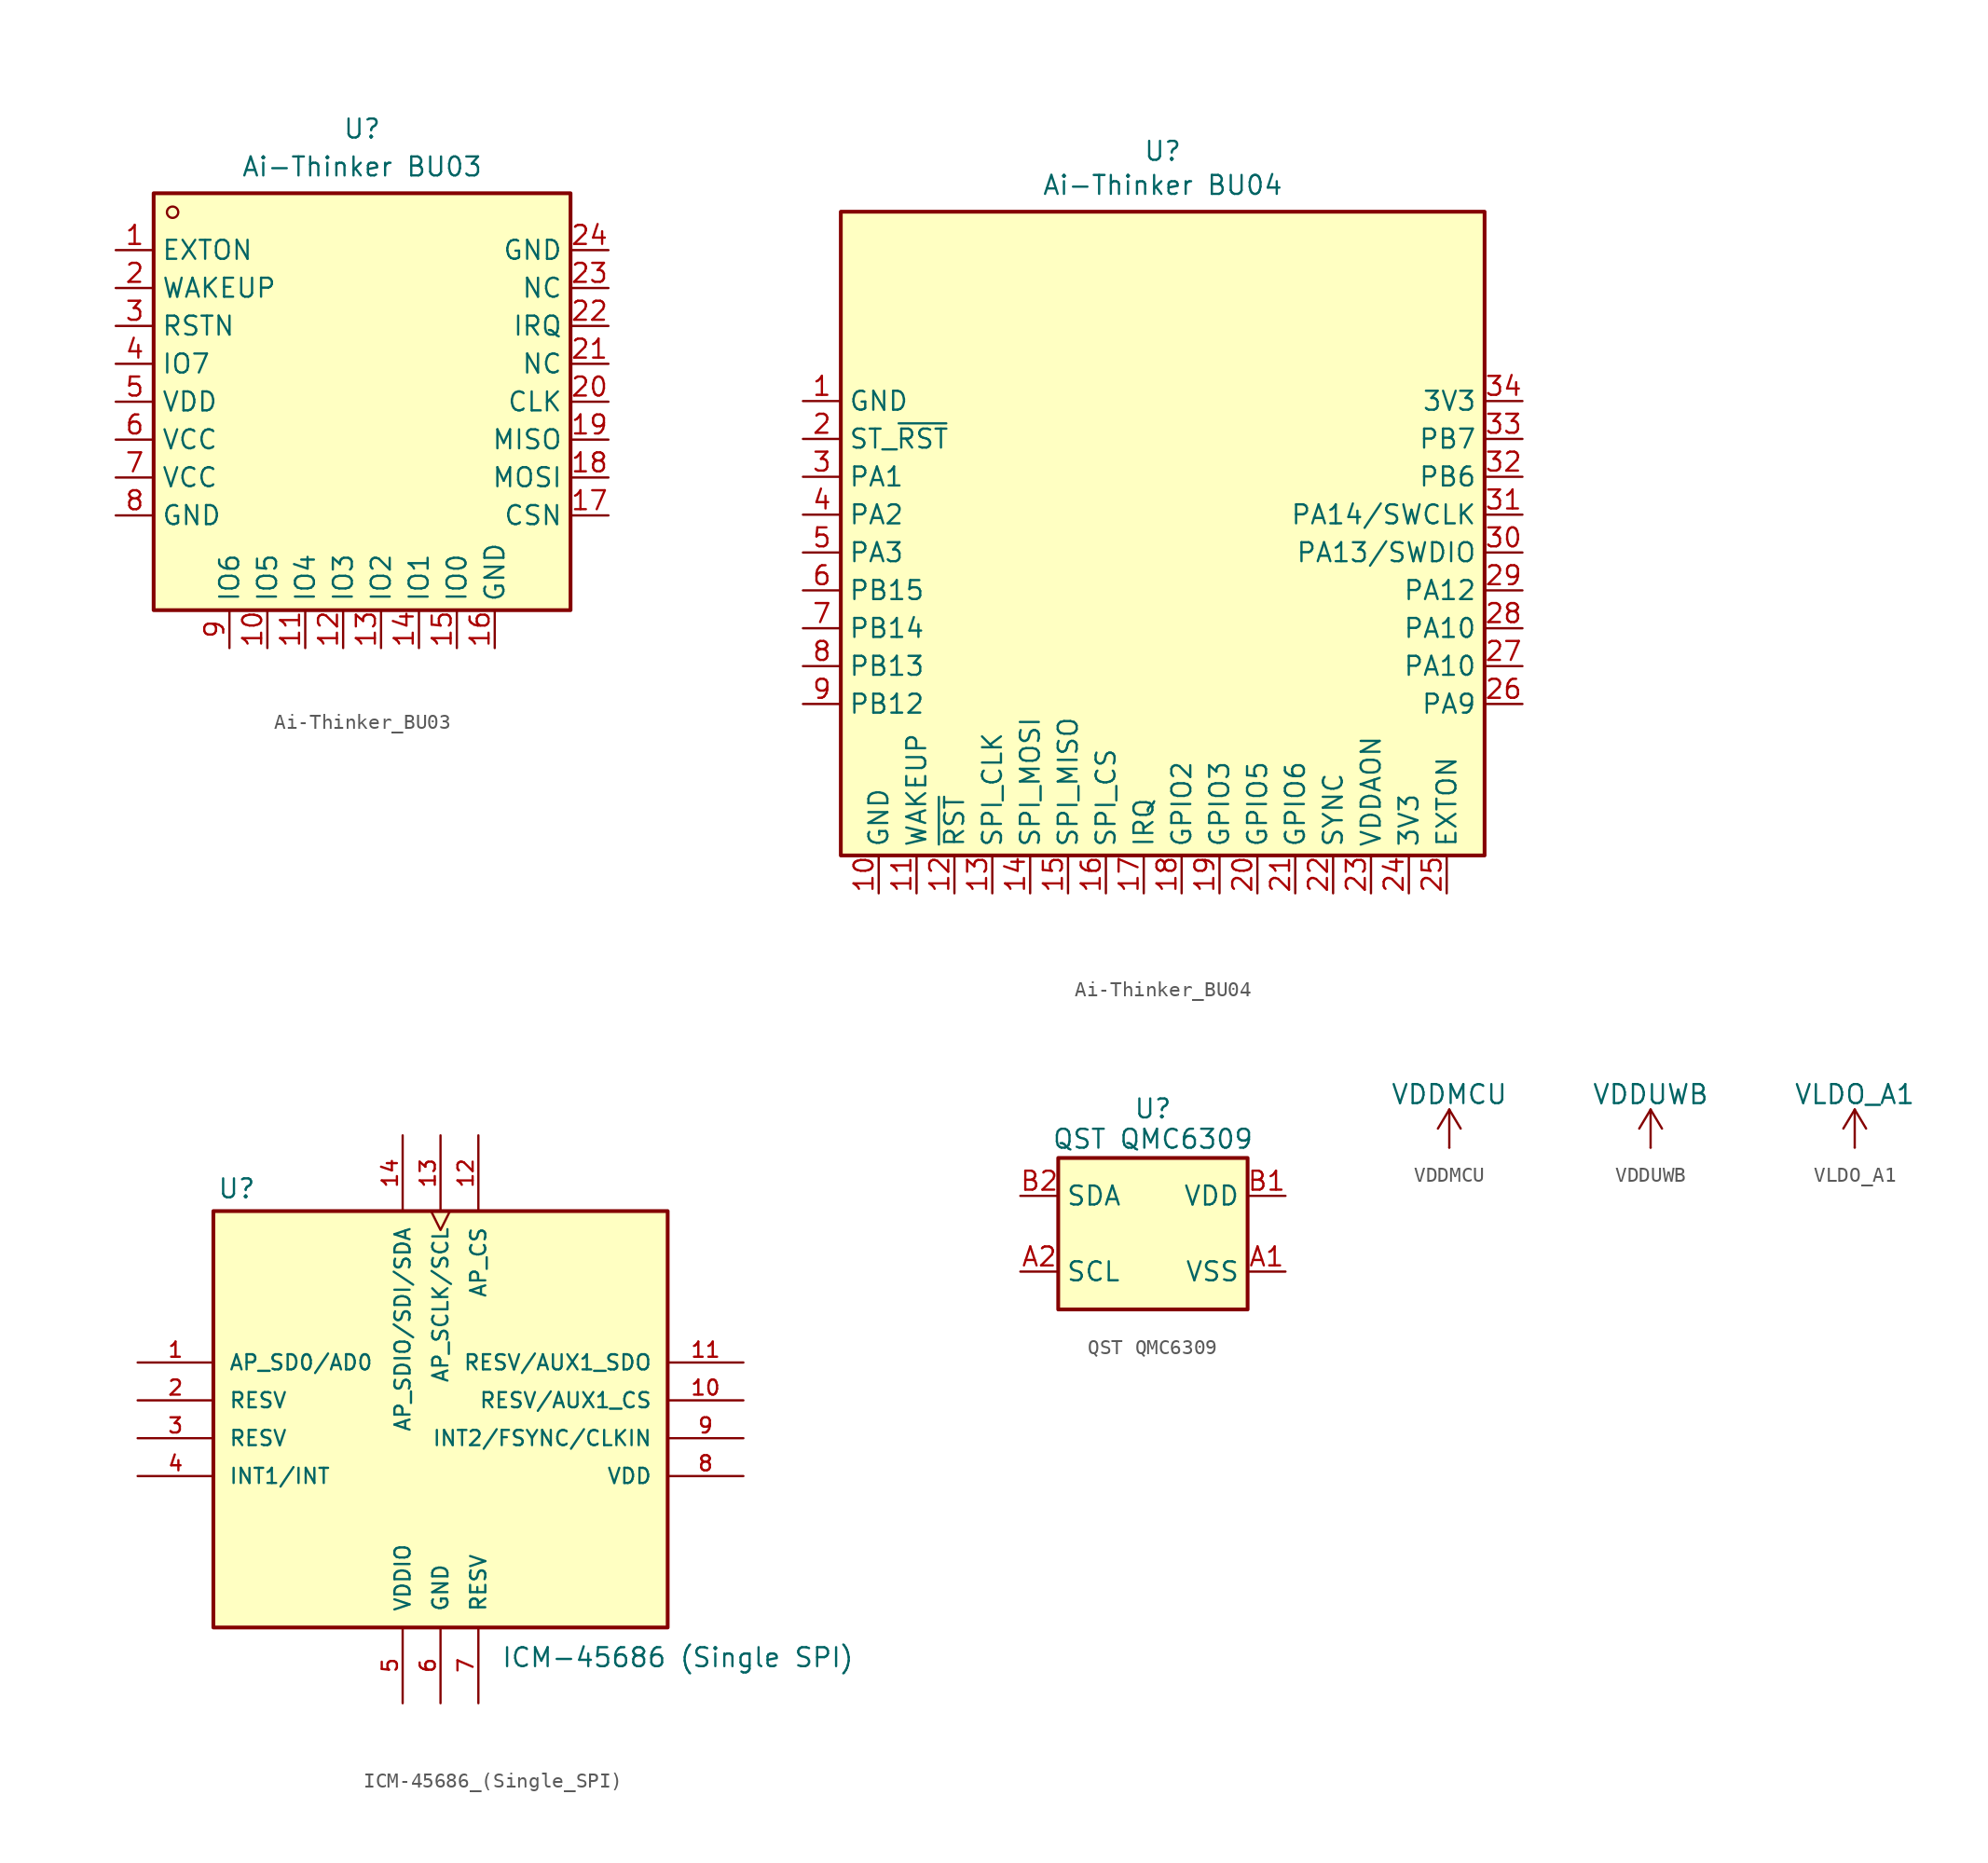
<source format=kicad_sym>
(kicad_symbol_lib
  (version 20241209)
  (generator "kicad_symbol_editor")
  (generator_version "9.0")
  (symbol "Ai-Thinker_BU03"
    (property "Reference" "U"
      (at 0 18.288 0)
      (effects (font (size 1.27 1.27))))
    (property "Value" "Ai-Thinker BU03"
      (at 0 15.748 0)
      (effects (font (size 1.27 1.27))))
    (symbol "Ai-Thinker_BU03_0_1"
      (rectangle (start -13.97 13.97) (end 13.97 -13.97) (stroke (width 0.254) (type default)) (fill (type background)))
      (circle (center -12.7 12.7) (radius 0.38) (stroke (width 0) (type default)) (fill (type none)))
      (pin unspecified line (at -16.51 10.16 0) (length 2.54) (name "EXTON" (effects (font (size 1.27 1.27)))) (number "1" (effects (font (size 1.27 1.27)))))
      (pin unspecified line (at -16.51 7.62 0) (length 2.54) (name "WAKEUP" (effects (font (size 1.27 1.27)))) (number "2" (effects (font (size 1.27 1.27)))))
      (pin unspecified line (at -16.51 5.08 0) (length 2.54) (name "RSTN" (effects (font (size 1.27 1.27)))) (number "3" (effects (font (size 1.27 1.27)))))
      (pin unspecified line (at -16.51 2.54 0) (length 2.54) (name "IO7" (effects (font (size 1.27 1.27)))) (number "4" (effects (font (size 1.27 1.27)))))
      (pin unspecified line (at -16.51 0 0) (length 2.54) (name "VDD" (effects (font (size 1.27 1.27)))) (number "5" (effects (font (size 1.27 1.27)))))
      (pin unspecified line (at -16.51 -2.54 0) (length 2.54) (name "VCC" (effects (font (size 1.27 1.27)))) (number "6" (effects (font (size 1.27 1.27)))))
      (pin unspecified line (at -16.51 -5.08 0) (length 2.54) (name "VCC" (effects (font (size 1.27 1.27)))) (number "7" (effects (font (size 1.27 1.27)))))
      (pin unspecified line (at -16.51 -7.62 0) (length 2.54) (name "GND" (effects (font (size 1.27 1.27)))) (number "8" (effects (font (size 1.27 1.27)))))
      (pin unspecified line (at -8.89 -16.51 90) (length 2.54) (name "IO6" (effects (font (size 1.27 1.27)))) (number "9" (effects (font (size 1.27 1.27)))))
      (pin unspecified line (at -6.35 -16.51 90) (length 2.54) (name "IO5" (effects (font (size 1.27 1.27)))) (number "10" (effects (font (size 1.27 1.27)))))
      (pin unspecified line (at -3.81 -16.51 90) (length 2.54) (name "IO4" (effects (font (size 1.27 1.27)))) (number "11" (effects (font (size 1.27 1.27)))))
      (pin unspecified line (at -1.27 -16.51 90) (length 2.54) (name "IO3" (effects (font (size 1.27 1.27)))) (number "12" (effects (font (size 1.27 1.27)))))
      (pin unspecified line (at 1.27 -16.51 90) (length 2.54) (name "IO2" (effects (font (size 1.27 1.27)))) (number "13" (effects (font (size 1.27 1.27)))))
      (pin unspecified line (at 3.81 -16.51 90) (length 2.54) (name "IO1" (effects (font (size 1.27 1.27)))) (number "14" (effects (font (size 1.27 1.27)))))
      (pin unspecified line (at 6.35 -16.51 90) (length 2.54) (name "IO0" (effects (font (size 1.27 1.27)))) (number "15" (effects (font (size 1.27 1.27)))))
      (pin unspecified line (at 8.89 -16.51 90) (length 2.54) (name "GND" (effects (font (size 1.27 1.27)))) (number "16" (effects (font (size 1.27 1.27)))))
      (pin unspecified line (at 16.51 10.16 180) (length 2.54) (name "GND" (effects (font (size 1.27 1.27)))) (number "24" (effects (font (size 1.27 1.27)))))
      (pin unspecified line (at 16.51 7.62 180) (length 2.54) (name "NC" (effects (font (size 1.27 1.27)))) (number "23" (effects (font (size 1.27 1.27)))))
      (pin unspecified line (at 16.51 5.08 180) (length 2.54) (name "IRQ" (effects (font (size 1.27 1.27)))) (number "22" (effects (font (size 1.27 1.27)))))
      (pin unspecified line (at 16.51 2.54 180) (length 2.54) (name "NC" (effects (font (size 1.27 1.27)))) (number "21" (effects (font (size 1.27 1.27)))))
      (pin unspecified line (at 16.51 0 180) (length 2.54) (name "CLK" (effects (font (size 1.27 1.27)))) (number "20" (effects (font (size 1.27 1.27)))))
      (pin unspecified line (at 16.51 -2.54 180) (length 2.54) (name "MISO" (effects (font (size 1.27 1.27)))) (number "19" (effects (font (size 1.27 1.27)))))
      (pin unspecified line (at 16.51 -5.08 180) (length 2.54) (name "MOSI" (effects (font (size 1.27 1.27)))) (number "18" (effects (font (size 1.27 1.27)))))
      (pin unspecified line (at 16.51 -7.62 180) (length 2.54) (name "CSN" (effects (font (size 1.27 1.27)))) (number "17" (effects (font (size 1.27 1.27)))))))
  (symbol "Ai-Thinker_BU04"
    (property "Reference" "U"
      (at 0 26.924 0)
      (effects (font (size 1.27 1.27))))
    (property "Value" "Ai-Thinker BU04"
      (at 0 24.638 0)
      (effects (font (size 1.27 1.27))))
    (symbol "Ai-Thinker_BU04_0_1"
      (rectangle (start -21.59 22.86) (end 21.59 -20.32) (stroke (width 0.254) (type default)) (fill (type background))))
    (symbol "Ai-Thinker_BU04_1_1"
      (pin power_in line (at -24.13 10.16 0) (length 2.54) (name "GND" (effects (font (size 1.27 1.27)))) (number "1" (effects (font (size 1.27 1.27)))))
      (pin input line (at -24.13 7.62 0) (length 2.54) (name "ST_~{RST}" (effects (font (size 1.27 1.27)))) (number "2" (effects (font (size 1.27 1.27)))))
      (pin bidirectional line (at -24.13 5.08 0) (length 2.54) (name "PA1" (effects (font (size 1.27 1.27)))) (number "3" (effects (font (size 1.27 1.27)))))
      (pin bidirectional line (at -24.13 2.54 0) (length 2.54) (name "PA2" (effects (font (size 1.27 1.27)))) (number "4" (effects (font (size 1.27 1.27)))))
      (pin bidirectional line (at -24.13 0 0) (length 2.54) (name "PA3" (effects (font (size 1.27 1.27)))) (number "5" (effects (font (size 1.27 1.27)))))
      (pin bidirectional line (at -24.13 -2.54 0) (length 2.54) (name "PB15" (effects (font (size 1.27 1.27)))) (number "6" (effects (font (size 1.27 1.27)))))
      (pin bidirectional line (at -24.13 -5.08 0) (length 2.54) (name "PB14" (effects (font (size 1.27 1.27)))) (number "7" (effects (font (size 1.27 1.27)))))
      (pin bidirectional line (at -24.13 -7.62 0) (length 2.54) (name "PB13" (effects (font (size 1.27 1.27)))) (number "8" (effects (font (size 1.27 1.27)))))
      (pin bidirectional line (at -24.13 -10.16 0) (length 2.54) (name "PB12" (effects (font (size 1.27 1.27)))) (number "9" (effects (font (size 1.27 1.27)))))
      (pin power_in line (at -19.05 -22.86 90) (length 2.54) (name "GND" (effects (font (size 1.27 1.27)))) (number "10" (effects (font (size 1.27 1.27)))))
      (pin input line (at -16.51 -22.86 90) (length 2.54) (name "WAKEUP" (effects (font (size 1.27 1.27)))) (number "11" (effects (font (size 1.27 1.27)))))
      (pin input line (at -13.97 -22.86 90) (length 2.54) (name "~{RST}" (effects (font (size 1.27 1.27)))) (number "12" (effects (font (size 1.27 1.27)))))
      (pin bidirectional line (at -11.43 -22.86 90) (length 2.54) (name "SPI_CLK" (effects (font (size 1.27 1.27)))) (number "13" (effects (font (size 1.27 1.27)))))
      (pin bidirectional line (at -8.89 -22.86 90) (length 2.54) (name "SPI_MOSI" (effects (font (size 1.27 1.27)))) (number "14" (effects (font (size 1.27 1.27)))))
      (pin bidirectional line (at -6.35 -22.86 90) (length 2.54) (name "SPI_MISO" (effects (font (size 1.27 1.27)))) (number "15" (effects (font (size 1.27 1.27)))))
      (pin bidirectional line (at -3.81 -22.86 90) (length 2.54) (name "SPI_CS" (effects (font (size 1.27 1.27)))) (number "16" (effects (font (size 1.27 1.27)))))
      (pin bidirectional line (at -1.27 -22.86 90) (length 2.54) (name "IRQ" (effects (font (size 1.27 1.27)))) (number "17" (effects (font (size 1.27 1.27)))))
      (pin bidirectional line (at 1.27 -22.86 90) (length 2.54) (name "GPIO2" (effects (font (size 1.27 1.27)))) (number "18" (effects (font (size 1.27 1.27)))))
      (pin bidirectional line (at 3.81 -22.86 90) (length 2.54) (name "GPIO3" (effects (font (size 1.27 1.27)))) (number "19" (effects (font (size 1.27 1.27)))))
      (pin bidirectional line (at 6.35 -22.86 90) (length 2.54) (name "GPIO5" (effects (font (size 1.27 1.27)))) (number "20" (effects (font (size 1.27 1.27)))))
      (pin bidirectional line (at 8.89 -22.86 90) (length 2.54) (name "GPIO6" (effects (font (size 1.27 1.27)))) (number "21" (effects (font (size 1.27 1.27)))))
      (pin bidirectional line (at 11.43 -22.86 90) (length 2.54) (name "SYNC" (effects (font (size 1.27 1.27)))) (number "22" (effects (font (size 1.27 1.27)))))
      (pin power_in line (at 13.97 -22.86 90) (length 2.54) (name "VDDAON" (effects (font (size 1.27 1.27)))) (number "23" (effects (font (size 1.27 1.27)))))
      (pin power_in line (at 16.51 -22.86 90) (length 2.54) (name "3V3" (effects (font (size 1.27 1.27)))) (number "24" (effects (font (size 1.27 1.27)))))
      (pin input line (at 19.05 -22.86 90) (length 2.54) (name "EXTON" (effects (font (size 1.27 1.27)))) (number "25" (effects (font (size 1.27 1.27)))))
      (pin bidirectional line (at 24.13 10.16 180) (length 2.54) (name "3V3" (effects (font (size 1.27 1.27)))) (number "34" (effects (font (size 1.27 1.27)))))
      (pin bidirectional line (at 24.13 7.62 180) (length 2.54) (name "PB7" (effects (font (size 1.27 1.27)))) (number "33" (effects (font (size 1.27 1.27)))))
      (pin bidirectional line (at 24.13 5.08 180) (length 2.54) (name "PB6" (effects (font (size 1.27 1.27)))) (number "32" (effects (font (size 1.27 1.27)))))
      (pin bidirectional line (at 24.13 2.54 180) (length 2.54) (name "PA14/SWCLK" (effects (font (size 1.27 1.27)))) (number "31" (effects (font (size 1.27 1.27)))))
      (pin bidirectional line (at 24.13 0 180) (length 2.54) (name "PA13/SWDIO" (effects (font (size 1.27 1.27)))) (number "30" (effects (font (size 1.27 1.27)))))
      (pin bidirectional line (at 24.13 -2.54 180) (length 2.54) (name "PA12" (effects (font (size 1.27 1.27)))) (number "29" (effects (font (size 1.27 1.27)))))
      (pin bidirectional line (at 24.13 -5.08 180) (length 2.54) (name "PA10" (effects (font (size 1.27 1.27)))) (number "28" (effects (font (size 1.27 1.27)))))
      (pin bidirectional line (at 24.13 -7.62 180) (length 2.54) (name "PA10" (effects (font (size 1.27 1.27)))) (number "27" (effects (font (size 1.27 1.27)))))
      (pin bidirectional line (at 24.13 -10.16 180) (length 2.54) (name "PA9" (effects (font (size 1.27 1.27)))) (number "26" (effects (font (size 1.27 1.27)))))))
  (symbol "ICM-45686_(Single_SPI)"
    (pin_names
      (offset 1.016))
    (property "Reference" "U"
      (at -14.986 14.732 0)
      (effects (font (size 1.27 1.27)) (justify left bottom)))
    (property "Value" "ICM-45686 (Single SPI)"
      (at 4.064 -15.24 0)
      (effects (font (size 1.27 1.27)) (justify left top)))
    (symbol "ICM-45686_(Single_SPI)_0_0"
      (rectangle (start -15.24 13.97) (end 15.24 -13.97) (stroke (width 0.254) (type default)) (fill (type background)))
      (pin output line (at -20.32 -3.81 0) (length 5.08) (name "INT1/INT" (effects (font (size 1.016 1.016)))) (number "4" (effects (font (size 1.016 1.016)))))
      (pin power_in line (at -2.54 -19.05 90) (length 5.08) (name "VDDIO" (effects (font (size 1.016 1.016)))) (number "5" (effects (font (size 1.016 1.016)))))
      (pin power_in line (at 0 -19.05 90) (length 5.08) (name "GND" (effects (font (size 1.016 1.016)))) (number "6" (effects (font (size 1.016 1.016)))))
      (pin input line (at 2.54 19.05 270) (length 5.08) (name "AP_CS" (effects (font (size 1.016 1.016)))) (number "12" (effects (font (size 1.016 1.016)))))
      (pin passive line (at 2.54 -19.05 90) (length 5.08) (name "RESV" (effects (font (size 1.016 1.016)))) (number "7" (effects (font (size 1.016 1.016)))))
      (pin bidirectional line (at 20.32 -1.27 180) (length 5.08) (name "INT2/FSYNC/CLKIN" (effects (font (size 1.016 1.016)))) (number "9" (effects (font (size 1.016 1.016)))))
      (pin power_in line (at 20.32 -3.81 180) (length 5.08) (name "VDD" (effects (font (size 1.016 1.016)))) (number "8" (effects (font (size 1.016 1.016))))))
    (symbol "ICM-45686_(Single_SPI)_1_0"
      (pin bidirectional line (at -20.32 3.81 0) (length 5.08) (name "AP_SD0/AD0" (effects (font (size 1.016 1.016)))) (number "1" (effects (font (size 1.016 1.016)))))
      (pin passive line (at -20.32 1.27 0) (length 5.08) (name "RESV" (effects (font (size 1.016 1.016)))) (number "2" (effects (font (size 1.016 1.016)))))
      (pin passive line (at -20.32 -1.27 0) (length 5.08) (name "RESV" (effects (font (size 1.016 1.016)))) (number "3" (effects (font (size 1.016 1.016)))))
      (pin bidirectional line (at -2.54 19.05 270) (length 5.08) (name "AP_SDIO/SDI/SDA" (effects (font (size 1.016 1.016)))) (number "14" (effects (font (size 1.016 1.016)))))
      (pin input clock (at 0 19.05 270) (length 5.08) (name "AP_SCLK/SCL" (effects (font (size 1.016 1.016)))) (number "13" (effects (font (size 1.016 1.016)))))
      (pin passive line (at 20.32 3.81 180) (length 5.08) (name "RESV/AUX1_SDO" (effects (font (size 1.016 1.016)))) (number "11" (effects (font (size 1.016 1.016)))))
      (pin passive line (at 20.32 1.27 180) (length 5.08) (name "RESV/AUX1_CS" (effects (font (size 1.016 1.016)))) (number "10" (effects (font (size 1.016 1.016)))))))
  (symbol "QST QMC6309"
    (property "Reference" "U"
      (at 0 8.382 0)
      (effects (font (size 1.27 1.27))))
    (property "Value" "QST QMC6309"
      (at 0 6.35 0)
      (effects (font (size 1.27 1.27))))
    (symbol "QST QMC6309_0_1"
      (rectangle (start -6.35 5.08) (end 6.35 -5.08) (stroke (width 0.254) (type default)) (fill (type background))))
    (symbol "QST QMC6309_1_1"
      (pin bidirectional line (at -8.89 2.54 0) (length 2.54) (name "SDA" (effects (font (size 1.27 1.27)))) (number "B2" (effects (font (size 1.27 1.27)))))
      (pin bidirectional line (at -8.89 -2.54 0) (length 2.54) (name "SCL" (effects (font (size 1.27 1.27)))) (number "A2" (effects (font (size 1.27 1.27)))))
      (pin power_in line (at 8.89 2.54 180) (length 2.54) (name "VDD" (effects (font (size 1.27 1.27)))) (number "B1" (effects (font (size 1.27 1.27)))))
      (pin power_in line (at 8.89 -2.54 180) (length 2.54) (name "VSS" (effects (font (size 1.27 1.27)))) (number "A1" (effects (font (size 1.27 1.27)))))))
  (symbol "VDDMCU"
    (power)
    (pin_numbers
      (hide yes))
    (pin_names
      (offset 0)
      (hide yes))
    (property "Reference" "#PWR"
      (at 0 -3.81 0)
      (effects (font (size 1.27 1.27)) (hide yes)))
    (property "Value" "VDDMCU"
      (at 0 3.556 0)
      (effects (font (size 1.27 1.27))))
    (symbol "VDDMCU_0_1"
      (polyline (pts (xy -0.762 1.27) (xy 0 2.54)) (stroke (width 0) (type default)) (fill (type none)))
      (polyline (pts (xy 0 2.54) (xy 0.762 1.27)) (stroke (width 0) (type default)) (fill (type none)))
      (polyline (pts (xy 0 0) (xy 0 2.54)) (stroke (width 0) (type default)) (fill (type none))))
    (symbol "VDDMCU_1_1"
      (pin power_in line (at 0 0 90) (length 0) (name "~" (effects (font (size 1.27 1.27)))) (number "1" (effects (font (size 1.27 1.27)))))))
  (symbol "VDDUWB"
    (power)
    (pin_numbers
      (hide yes))
    (pin_names
      (offset 0)
      (hide yes))
    (property "Reference" "#PWR"
      (at 0 -3.81 0)
      (effects (font (size 1.27 1.27)) (hide yes)))
    (property "Value" "VDDUWB"
      (at 0 3.556 0)
      (effects (font (size 1.27 1.27))))
    (symbol "VDDUWB_0_1"
      (polyline (pts (xy -0.762 1.27) (xy 0 2.54)) (stroke (width 0) (type default)) (fill (type none)))
      (polyline (pts (xy 0 2.54) (xy 0.762 1.27)) (stroke (width 0) (type default)) (fill (type none)))
      (polyline (pts (xy 0 0) (xy 0 2.54)) (stroke (width 0) (type default)) (fill (type none))))
    (symbol "VDDUWB_1_1"
      (pin power_in line (at 0 0 90) (length 0) (name "~" (effects (font (size 1.27 1.27)))) (number "1" (effects (font (size 1.27 1.27)))))))
  (symbol "VLDO_A1"
    (power)
    (pin_numbers
      (hide yes))
    (pin_names
      (offset 0)
      (hide yes))
    (property "Reference" "#PWR"
      (at 0 -3.81 0)
      (effects (font (size 1.27 1.27)) (hide yes)))
    (property "Value" "VLDO_A1"
      (at 0 3.556 0)
      (effects (font (size 1.27 1.27))))
    (symbol "VLDO_A1_0_1"
      (polyline (pts (xy -0.762 1.27) (xy 0 2.54)) (stroke (width 0) (type default)) (fill (type none)))
      (polyline (pts (xy 0 2.54) (xy 0.762 1.27)) (stroke (width 0) (type default)) (fill (type none)))
      (polyline (pts (xy 0 0) (xy 0 2.54)) (stroke (width 0) (type default)) (fill (type none))))
    (symbol "VLDO_A1_1_1"
      (pin power_in line (at 0 0 90) (length 0) (name "~" (effects (font (size 1.27 1.27)))) (number "1" (effects (font (size 1.27 1.27))))))))
</source>
